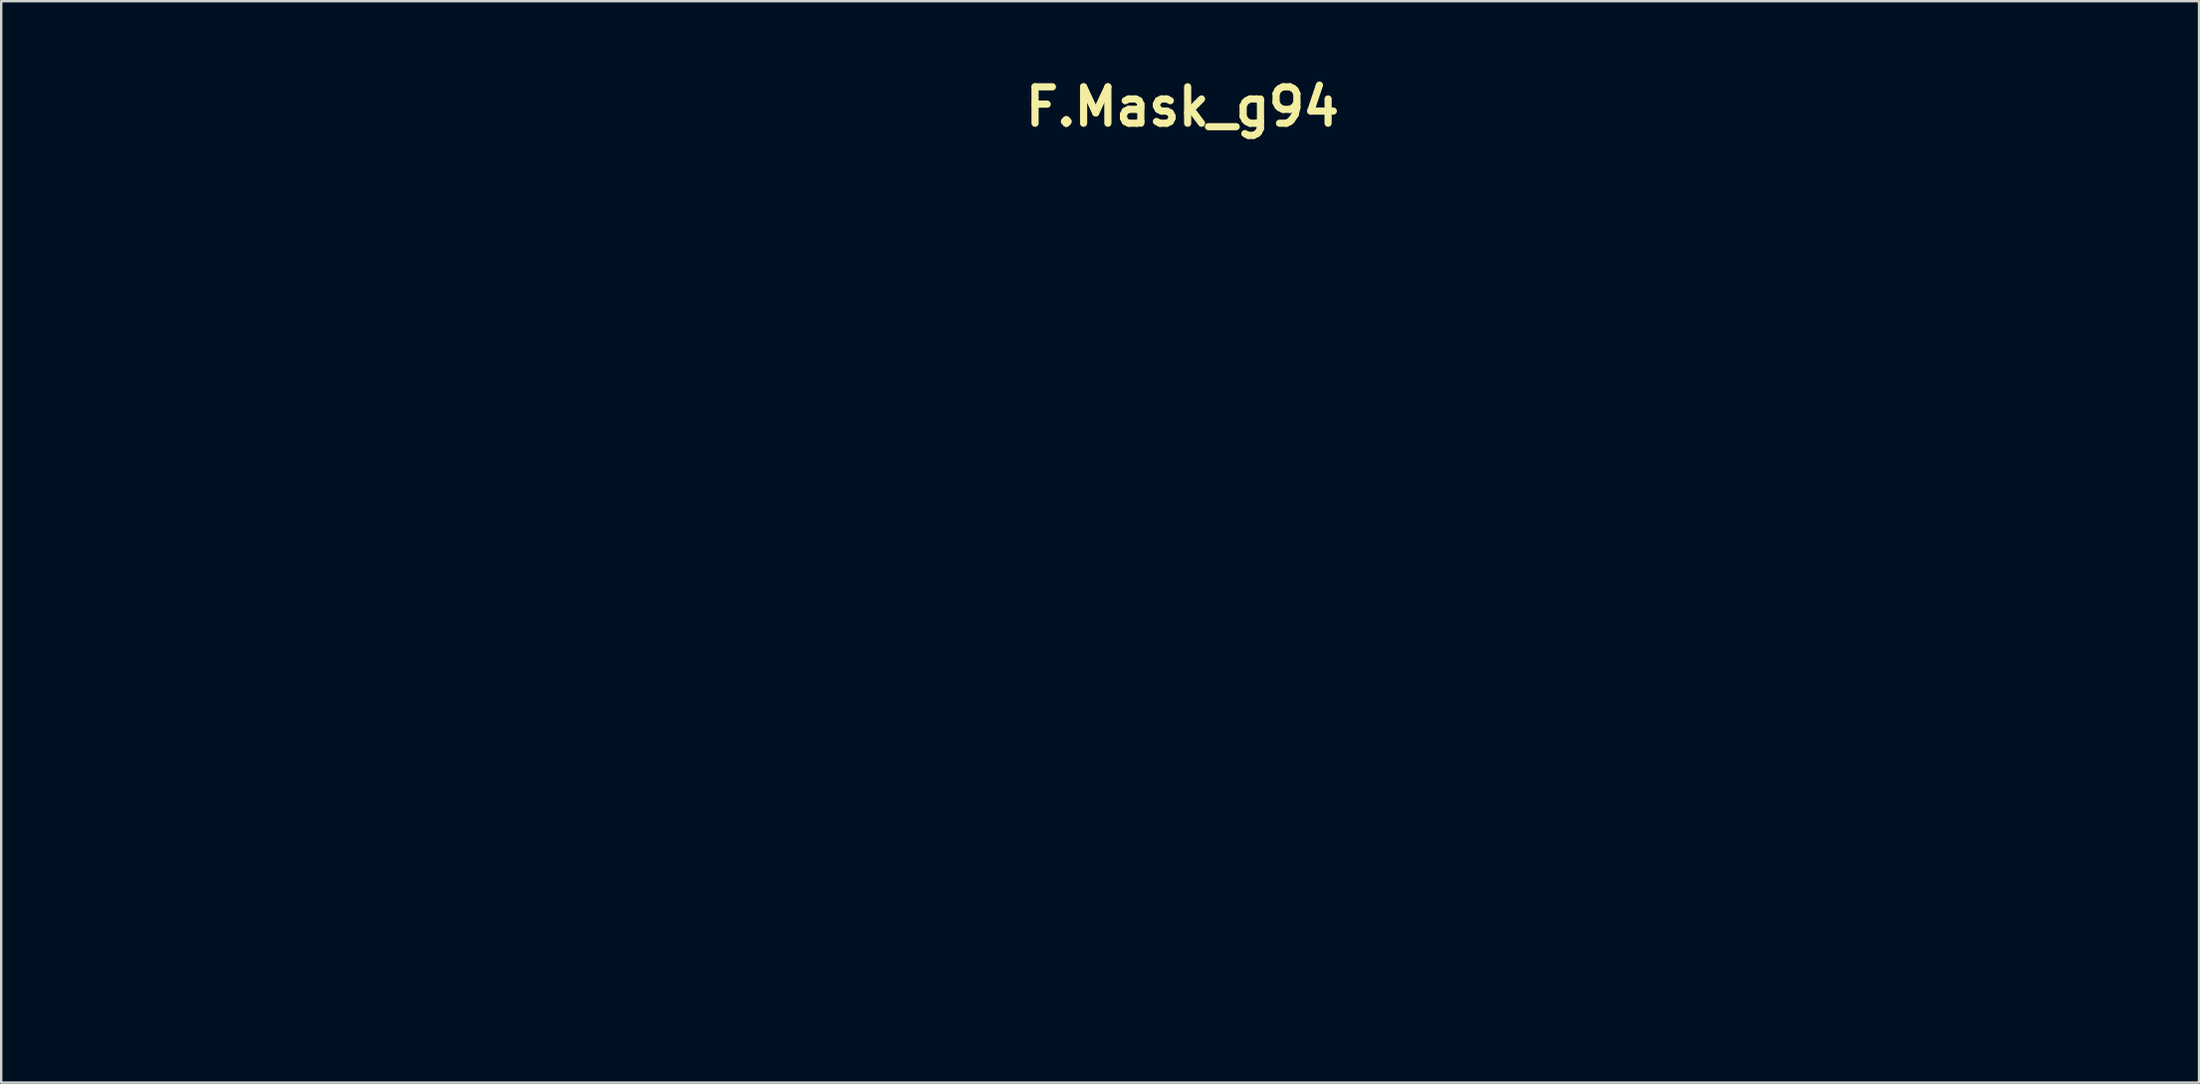
<source format=kicad_pcb>
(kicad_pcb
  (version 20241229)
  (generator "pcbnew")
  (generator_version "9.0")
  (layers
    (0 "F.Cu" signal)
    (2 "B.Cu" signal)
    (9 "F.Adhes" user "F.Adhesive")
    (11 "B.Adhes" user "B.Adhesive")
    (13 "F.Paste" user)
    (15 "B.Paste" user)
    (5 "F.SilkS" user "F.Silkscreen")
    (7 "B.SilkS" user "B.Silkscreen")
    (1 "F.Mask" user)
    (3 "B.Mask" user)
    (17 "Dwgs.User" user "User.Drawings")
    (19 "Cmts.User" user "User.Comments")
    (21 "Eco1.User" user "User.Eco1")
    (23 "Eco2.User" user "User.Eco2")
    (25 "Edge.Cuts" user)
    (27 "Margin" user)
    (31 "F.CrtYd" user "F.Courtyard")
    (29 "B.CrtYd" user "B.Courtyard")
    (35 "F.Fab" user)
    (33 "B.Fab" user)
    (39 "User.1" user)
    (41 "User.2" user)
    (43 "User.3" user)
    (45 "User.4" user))
  (footprint "F.Mask_g94"
    (layer "F.Cu")
    (at 46.438 1.418)
    (property "Reference" "F.Mask_g94" (at 0 0 0) (layer "F.SilkS") (effects (font (size 1.524 1.524) (thickness 0.3))))
    (attr through_hole)
    (fp_poly (pts (xy -44.12 2.551) (xy -44.087 2.592) (xy -44.085 2.597) (xy -44.079 2.631) (xy -44.074 2.704) (xy -44.069 2.81) (xy -44.065 2.945) (xy -44.062 3.105) (xy -44.06 3.285) (xy -44.058 3.48) (xy -44.057 3.688) (xy -44.056 3.901) (xy -44.057 4.118) (xy -44.058 4.332) (xy -44.059 4.541) (xy -44.062 4.738) (xy -44.065 4.92) (xy -44.068 5.083) (xy -44.073 5.221) (xy -44.078 5.331) (xy -44.084 5.408) (xy -44.086 5.429) (xy -44.106 5.559) (xy -44.124 5.649) (xy -44.14 5.701) (xy -44.156 5.717) (xy -44.173 5.698) (xy -44.193 5.647) (xy -44.206 5.604) (xy -44.225 5.519) (xy -44.246 5.393) (xy -44.268 5.23) (xy -44.291 5.03) (xy -44.315 4.796) (xy -44.327 4.667) (xy -44.334 4.564) (xy -44.341 4.427) (xy -44.346 4.263) (xy -44.351 4.082) (xy -44.353 3.891) (xy -44.355 3.698) (xy -44.355 3.694) (xy -44.354 3.498) (xy -44.353 3.339) (xy -44.351 3.212) (xy -44.348 3.111) (xy -44.343 3.03) (xy -44.337 2.964) (xy -44.328 2.908) (xy -44.317 2.856) (xy -44.317 2.854) (xy -44.283 2.736) (xy -44.243 2.644) (xy -44.201 2.581) (xy -44.159 2.548) (xy -44.12 2.551)) (stroke (width 0.01) (type solid)) (fill yes) (layer "F.Mask"))
    (fp_poly (pts (xy -18.578 8.91) (xy -18.194 8.965) (xy -17.826 9.058) (xy -17.475 9.188) (xy -17.142 9.352) (xy -16.83 9.55) (xy -16.541 9.778) (xy -16.276 10.035) (xy -16.038 10.32) (xy -15.827 10.631) (xy -15.647 10.965) (xy -15.498 11.321) (xy -15.383 11.697) (xy -15.303 12.092) (xy -15.291 12.177) (xy -15.276 12.33) (xy -15.268 12.508) (xy -15.266 12.701) (xy -15.269 12.897) (xy -15.279 13.084) (xy -15.294 13.252) (xy -15.312 13.377) (xy -15.382 13.699) (xy -15.47 13.996) (xy -15.579 14.284) (xy -15.664 14.472) (xy -15.857 14.831) (xy -16.08 15.164) (xy -16.332 15.469) (xy -16.611 15.745) (xy -16.914 15.989) (xy -17.238 16.199) (xy -17.583 16.375) (xy -17.945 16.515) (xy -18.322 16.617) (xy -18.498 16.65) (xy -18.597 16.663) (xy -18.721 16.674) (xy -18.859 16.683) (xy -19.001 16.689) (xy -19.133 16.692) (xy -19.244 16.692) (xy -19.315 16.688) (xy -19.711 16.629) (xy -20.09 16.532) (xy -20.45 16.398) (xy -20.791 16.227) (xy -21.111 16.019) (xy -21.408 15.775) (xy -21.515 15.674) (xy -21.783 15.379) (xy -22.017 15.059) (xy -22.217 14.716) (xy -22.381 14.351) (xy -22.509 13.966) (xy -22.597 13.578) (xy -22.616 13.442) (xy -22.63 13.276) (xy -22.64 13.092) (xy -22.644 12.904) (xy -22.644 12.722) (xy -22.637 12.56) (xy -22.629 12.467) (xy -22.562 12.054) (xy -22.457 11.656) (xy -22.316 11.273) (xy -22.14 10.909) (xy -21.93 10.567) (xy -21.688 10.249) (xy -21.415 9.958) (xy -21.22 9.783) (xy -20.909 9.548) (xy -20.58 9.347) (xy -20.236 9.182) (xy -19.882 9.053) (xy -19.52 8.962) (xy -19.154 8.91) (xy -18.788 8.898) (xy -18.578 8.91)) (stroke (width 0.01) (type solid)) (fill yes) (layer "F.Mask"))
    (fp_poly (pts (xy -32.581 -0.314) (xy -32.271 -0.268) (xy -31.969 -0.184) (xy -31.678 -0.062) (xy -31.398 0.097) (xy -31.132 0.294) (xy -30.881 0.527) (xy -30.647 0.798) (xy -30.431 1.105) (xy -30.234 1.449) (xy -30.191 1.535) (xy -30.042 1.877) (xy -29.92 2.242) (xy -29.823 2.634) (xy -29.75 3.058) (xy -29.747 3.08) (xy -29.731 3.227) (xy -29.72 3.408) (xy -29.712 3.613) (xy -29.708 3.833) (xy -29.708 4.061) (xy -29.712 4.286) (xy -29.72 4.5) (xy -29.732 4.695) (xy -29.747 4.858) (xy -29.827 5.431) (xy -29.931 5.989) (xy -30.063 6.544) (xy -30.224 7.105) (xy -30.346 7.479) (xy -30.53 7.982) (xy -30.733 8.462) (xy -30.952 8.917) (xy -31.185 9.346) (xy -31.433 9.747) (xy -31.694 10.117) (xy -31.966 10.456) (xy -32.247 10.762) (xy -32.537 11.032) (xy -32.835 11.266) (xy -33.138 11.461) (xy -33.443 11.614) (xy -33.595 11.671) (xy -33.777 11.726) (xy -33.978 11.776) (xy -34.184 11.818) (xy -34.33 11.842) (xy -34.456 11.857) (xy -34.596 11.869) (xy -34.74 11.879) (xy -34.877 11.886) (xy -34.997 11.888) (xy -35.089 11.886) (xy -35.115 11.883) (xy -35.202 11.873) (xy -35.312 11.858) (xy -35.437 11.841) (xy -35.57 11.822) (xy -35.703 11.803) (xy -35.827 11.785) (xy -35.933 11.768) (xy -36.015 11.755) (xy -36.063 11.746) (xy -36.065 11.746) (xy -36.14 11.722) (xy -36.221 11.68) (xy -36.309 11.619) (xy -36.409 11.535) (xy -36.524 11.425) (xy -36.657 11.287) (xy -36.811 11.117) (xy -36.815 11.113) (xy -37.009 10.891) (xy -37.176 10.688) (xy -37.321 10.498) (xy -37.449 10.312) (xy -37.565 10.123) (xy -37.675 9.924) (xy -37.762 9.753) (xy -37.838 9.592) (xy -37.894 9.453) (xy -37.936 9.324) (xy -37.965 9.192) (xy -37.986 9.043) (xy -37.998 8.922) (xy -38.005 8.815) (xy -38.009 8.673) (xy -38.011 8.501) (xy -38.011 8.308) (xy -38.01 8.099) (xy -38.007 7.882) (xy -38.002 7.663) (xy -37.995 7.449) (xy -37.987 7.247) (xy -37.978 7.064) (xy -37.968 6.905) (xy -37.962 6.837) (xy -37.886 6.173) (xy -37.777 5.531) (xy -37.637 4.913) (xy -37.465 4.318) (xy -37.264 3.748) (xy -37.031 3.204) (xy -36.769 2.687) (xy -36.478 2.198) (xy -36.157 1.739) (xy -35.809 1.309) (xy -35.514 0.993) (xy -35.194 0.692) (xy -34.869 0.431) (xy -34.541 0.209) (xy -34.21 0.025) (xy -33.879 -0.119) (xy -33.549 -0.225) (xy -33.222 -0.293) (xy -32.899 -0.323) (xy -32.581 -0.314)) (stroke (width 0.01) (type solid)) (fill yes) (layer "F.Mask"))
    (fp_poly (pts (xy -14.249 2.44) (xy -14.237 2.452) (xy -14.238 2.489) (xy -14.267 2.55) (xy -14.323 2.633) (xy -14.402 2.734) (xy -14.501 2.847) (xy -14.651 3.018) (xy -14.772 3.175) (xy -14.87 3.33) (xy -14.953 3.493) (xy -15.025 3.675) (xy -15.061 3.779) (xy -15.128 4.02) (xy -15.172 4.261) (xy -15.192 4.492) (xy -15.188 4.705) (xy -15.166 4.856) (xy -15.111 5.026) (xy -15.018 5.199) (xy -14.893 5.369) (xy -14.739 5.533) (xy -14.561 5.684) (xy -14.364 5.817) (xy -14.328 5.838) (xy -14.056 5.975) (xy -13.786 6.075) (xy -13.519 6.139) (xy -13.259 6.165) (xy -13.008 6.154) (xy -12.77 6.106) (xy -12.547 6.02) (xy -12.535 6.013) (xy -12.321 5.882) (xy -12.131 5.718) (xy -11.967 5.525) (xy -11.834 5.306) (xy -11.752 5.117) (xy -11.703 4.966) (xy -11.67 4.826) (xy -11.651 4.682) (xy -11.644 4.522) (xy -11.647 4.348) (xy -11.658 4.174) (xy -11.679 4.018) (xy -11.713 3.87) (xy -11.762 3.718) (xy -11.831 3.549) (xy -11.888 3.426) (xy -11.933 3.325) (xy -11.972 3.231) (xy -12.001 3.154) (xy -12.016 3.104) (xy -12.016 3.103) (xy -12.021 3.052) (xy -12.011 3.031) (xy -11.978 3.027) (xy -11.976 3.027) (xy -11.924 3.041) (xy -11.848 3.079) (xy -11.754 3.138) (xy -11.648 3.214) (xy -11.544 3.296) (xy -11.373 3.466) (xy -11.228 3.665) (xy -11.112 3.89) (xy -11.028 4.133) (xy -11.027 4.138) (xy -10.995 4.305) (xy -10.975 4.504) (xy -10.968 4.725) (xy -10.972 4.962) (xy -10.987 5.204) (xy -11.013 5.445) (xy -11.049 5.674) (xy -11.094 5.884) (xy -11.141 6.045) (xy -11.249 6.309) (xy -11.384 6.543) (xy -11.546 6.748) (xy -11.738 6.925) (xy -11.961 7.076) (xy -12.215 7.202) (xy -12.503 7.303) (xy -12.761 7.367) (xy -12.907 7.392) (xy -13.068 7.41) (xy -13.232 7.42) (xy -13.388 7.421) (xy -13.525 7.414) (xy -13.626 7.399) (xy -13.763 7.363) (xy -13.925 7.312) (xy -14.104 7.251) (xy -14.288 7.183) (xy -14.471 7.111) (xy -14.643 7.038) (xy -14.794 6.968) (xy -14.917 6.906) (xy -14.947 6.888) (xy -15.051 6.817) (xy -15.172 6.72) (xy -15.301 6.605) (xy -15.431 6.479) (xy -15.553 6.351) (xy -15.658 6.229) (xy -15.74 6.121) (xy -15.742 6.117) (xy -15.897 5.858) (xy -16.016 5.598) (xy -16.1 5.33) (xy -16.153 5.047) (xy -16.175 4.74) (xy -16.177 4.646) (xy -16.162 4.383) (xy -16.118 4.137) (xy -16.042 3.905) (xy -15.933 3.685) (xy -15.789 3.474) (xy -15.608 3.269) (xy -15.389 3.067) (xy -15.13 2.867) (xy -15.032 2.798) (xy -14.879 2.698) (xy -14.733 2.611) (xy -14.597 2.539) (xy -14.477 2.484) (xy -14.376 2.448) (xy -14.299 2.433) (xy -14.249 2.44)) (stroke (width 0.01) (type solid)) (fill yes) (layer "F.Mask"))
    (fp_poly (pts (xy 37.732 22.999) (xy 37.838 23) (xy 37.918 23.004) (xy 37.981 23.011) (xy 38.035 23.021) (xy 38.089 23.036) (xy 38.15 23.057) (xy 38.153 23.058) (xy 38.318 23.122) (xy 38.469 23.194) (xy 38.614 23.279) (xy 38.759 23.383) (xy 38.913 23.511) (xy 39.084 23.667) (xy 39.103 23.685) (xy 39.263 23.852) (xy 39.388 24.013) (xy 39.476 24.165) (xy 39.527 24.308) (xy 39.539 24.412) (xy 39.532 24.494) (xy 39.508 24.547) (xy 39.466 24.569) (xy 39.403 24.561) (xy 39.316 24.523) (xy 39.204 24.455) (xy 39.119 24.395) (xy 38.995 24.31) (xy 38.891 24.248) (xy 38.796 24.206) (xy 38.7 24.18) (xy 38.592 24.164) (xy 38.519 24.158) (xy 38.291 24.161) (xy 38.08 24.203) (xy 37.885 24.284) (xy 37.706 24.404) (xy 37.615 24.486) (xy 37.502 24.611) (xy 37.404 24.75) (xy 37.319 24.908) (xy 37.244 25.089) (xy 37.178 25.3) (xy 37.118 25.545) (xy 37.087 25.699) (xy 37.042 25.939) (xy 37.007 26.15) (xy 36.982 26.342) (xy 36.964 26.529) (xy 36.953 26.721) (xy 36.948 26.929) (xy 36.947 27.093) (xy 36.946 27.591) (xy 37.038 27.929) (xy 37.111 28.191) (xy 37.179 28.415) (xy 37.243 28.603) (xy 37.303 28.76) (xy 37.362 28.888) (xy 37.421 28.992) (xy 37.482 29.073) (xy 37.508 29.103) (xy 37.562 29.151) (xy 37.623 29.188) (xy 37.704 29.221) (xy 37.771 29.243) (xy 37.921 29.28) (xy 38.063 29.293) (xy 38.198 29.28) (xy 38.33 29.239) (xy 38.462 29.169) (xy 38.597 29.067) (xy 38.738 28.933) (xy 38.887 28.764) (xy 39.047 28.558) (xy 39.146 28.422) (xy 39.222 28.316) (xy 39.289 28.223) (xy 39.344 28.148) (xy 39.383 28.097) (xy 39.402 28.073) (xy 39.403 28.073) (xy 39.402 28.094) (xy 39.396 28.149) (xy 39.385 28.23) (xy 39.37 28.329) (xy 39.368 28.342) (xy 39.314 28.629) (xy 39.239 28.886) (xy 39.14 29.123) (xy 39.012 29.351) (xy 38.851 29.578) (xy 38.803 29.639) (xy 38.672 29.783) (xy 38.523 29.914) (xy 38.363 30.028) (xy 38.198 30.124) (xy 38.033 30.197) (xy 37.875 30.245) (xy 37.729 30.265) (xy 37.603 30.253) (xy 37.52 30.229) (xy 37.414 30.193) (xy 37.297 30.151) (xy 37.182 30.106) (xy 37.084 30.064) (xy 37.02 30.033) (xy 36.846 29.919) (xy 36.678 29.767) (xy 36.519 29.579) (xy 36.37 29.361) (xy 36.236 29.115) (xy 36.118 28.846) (xy 36.101 28.8) (xy 36.006 28.509) (xy 35.924 28.186) (xy 35.856 27.837) (xy 35.802 27.471) (xy 35.763 27.095) (xy 35.74 26.718) (xy 35.733 26.347) (xy 35.743 25.99) (xy 35.771 25.654) (xy 35.805 25.415) (xy 35.844 25.213) (xy 35.889 25.021) (xy 35.945 24.833) (xy 36.012 24.64) (xy 36.095 24.436) (xy 36.196 24.212) (xy 36.317 23.96) (xy 36.322 23.95) (xy 36.43 23.734) (xy 36.526 23.552) (xy 36.612 23.404) (xy 36.695 23.284) (xy 36.777 23.191) (xy 36.863 23.12) (xy 36.957 23.069) (xy 37.064 23.035) (xy 37.187 23.014) (xy 37.331 23.003) (xy 37.5 22.999) (xy 37.592 22.999) (xy 37.732 22.999)) (stroke (width 0.01) (type solid)) (fill yes) (layer "F.Mask"))
    (fp_poly (pts (xy 7.439 25.043) (xy 7.682 25.085) (xy 7.923 25.151) (xy 8.171 25.245) (xy 8.414 25.357) (xy 8.715 25.516) (xy 9.004 25.691) (xy 9.277 25.878) (xy 9.527 26.072) (xy 9.752 26.271) (xy 9.946 26.47) (xy 10.104 26.666) (xy 10.14 26.717) (xy 10.212 26.833) (xy 10.253 26.92) (xy 10.265 26.977) (xy 10.248 27.006) (xy 10.202 27.005) (xy 10.128 26.976) (xy 10.026 26.917) (xy 9.897 26.829) (xy 9.741 26.713) (xy 9.726 26.702) (xy 9.48 26.524) (xy 9.231 26.371) (xy 8.986 26.245) (xy 8.751 26.151) (xy 8.636 26.116) (xy 8.477 26.085) (xy 8.291 26.067) (xy 8.094 26.064) (xy 7.9 26.073) (xy 7.721 26.097) (xy 7.631 26.117) (xy 7.409 26.184) (xy 7.172 26.27) (xy 6.928 26.372) (xy 6.685 26.487) (xy 6.449 26.609) (xy 6.229 26.736) (xy 6.032 26.864) (xy 5.865 26.988) (xy 5.803 27.041) (xy 5.704 27.143) (xy 5.591 27.279) (xy 5.467 27.446) (xy 5.334 27.639) (xy 5.196 27.853) (xy 5.055 28.084) (xy 4.913 28.327) (xy 4.772 28.579) (xy 4.636 28.834) (xy 4.507 29.089) (xy 4.386 29.338) (xy 4.278 29.577) (xy 4.184 29.802) (xy 4.107 30.008) (xy 4.076 30.101) (xy 3.985 30.428) (xy 3.91 30.787) (xy 3.85 31.17) (xy 3.808 31.57) (xy 3.784 31.977) (xy 3.779 32.386) (xy 3.788 32.703) (xy 3.824 33.194) (xy 3.88 33.65) (xy 3.957 34.072) (xy 4.054 34.461) (xy 4.173 34.819) (xy 4.314 35.147) (xy 4.477 35.448) (xy 4.561 35.579) (xy 4.725 35.807) (xy 4.905 36.026) (xy 5.094 36.231) (xy 5.288 36.417) (xy 5.481 36.577) (xy 5.667 36.708) (xy 5.814 36.791) (xy 5.886 36.825) (xy 5.946 36.846) (xy 6.007 36.857) (xy 6.085 36.861) (xy 6.159 36.862) (xy 6.271 36.865) (xy 6.353 36.875) (xy 6.417 36.896) (xy 6.475 36.933) (xy 6.54 36.99) (xy 6.547 36.996) (xy 6.594 37.039) (xy 6.634 37.061) (xy 6.683 37.069) (xy 6.757 37.069) (xy 6.758 37.069) (xy 6.825 37.062) (xy 6.922 37.047) (xy 7.038 37.024) (xy 7.163 36.996) (xy 7.228 36.981) (xy 7.433 36.931) (xy 7.604 36.893) (xy 7.747 36.864) (xy 7.867 36.845) (xy 7.972 36.833) (xy 8.067 36.828) (xy 8.084 36.828) (xy 8.199 36.83) (xy 8.274 36.841) (xy 8.312 36.861) (xy 8.313 36.893) (xy 8.282 36.939) (xy 8.25 36.972) (xy 8.157 37.047) (xy 8.029 37.129) (xy 7.872 37.218) (xy 7.693 37.309) (xy 7.496 37.4) (xy 7.289 37.488) (xy 7.077 37.572) (xy 6.867 37.648) (xy 6.664 37.713) (xy 6.475 37.765) (xy 6.385 37.786) (xy 6.284 37.802) (xy 6.152 37.816) (xy 5.997 37.827) (xy 5.831 37.834) (xy 5.663 37.839) (xy 5.504 37.839) (xy 5.363 37.835) (xy 5.25 37.827) (xy 5.228 37.824) (xy 5.014 37.779) (xy 4.785 37.704) (xy 4.551 37.602) (xy 4.323 37.479) (xy 4.198 37.399) (xy 4.014 37.264) (xy 3.816 37.1) (xy 3.611 36.914) (xy 3.407 36.713) (xy 3.211 36.505) (xy 3.029 36.296) (xy 2.87 36.095) (xy 2.77 35.954) (xy 2.685 35.822) (xy 2.609 35.689) (xy 2.541 35.552) (xy 2.48 35.408) (xy 2.426 35.253) (xy 2.377 35.084) (xy 2.333 34.899) (xy 2.294 34.693) (xy 2.257 34.463) (xy 2.224 34.206) (xy 2.193 33.919) (xy 2.163 33.598) (xy 2.133 33.241) (xy 2.113 32.978) (xy 2.105 32.835) (xy 2.098 32.663) (xy 2.093 32.468) (xy 2.09 32.258) (xy 2.088 32.04) (xy 2.087 31.819) (xy 2.089 31.605) (xy 2.092 31.402) (xy 2.096 31.22) (xy 2.102 31.063) (xy 2.11 30.94) (xy 2.113 30.914) (xy 2.169 30.444) (xy 2.243 30.006) (xy 2.336 29.591) (xy 2.452 29.191) (xy 2.592 28.8) (xy 2.759 28.408) (xy 2.834 28.247) (xy 3.027 27.866) (xy 3.221 27.521) (xy 3.421 27.206) (xy 3.629 26.916) (xy 3.852 26.645) (xy 4.092 26.386) (xy 4.147 26.331) (xy 4.466 26.039) (xy 4.802 25.78) (xy 5.151 25.555) (xy 5.51 25.367) (xy 5.875 25.219) (xy 5.927 25.201) (xy 6.17 25.128) (xy 6.399 25.076) (xy 6.631 25.044) (xy 6.884 25.026) (xy 6.9 25.026) (xy 7.182 25.024) (xy 7.439 25.043)) (stroke (width 0.01) (type solid)) (fill yes) (layer "F.Mask"))
    (fp_poly (pts (xy -17.593 7.251) (xy -17.407 7.26) (xy -17.243 7.272) (xy -17.113 7.288) (xy -16.778 7.352) (xy -16.476 7.431) (xy -16.197 7.528) (xy -15.934 7.646) (xy -15.678 7.789) (xy -15.42 7.96) (xy -15.325 8.03) (xy -15.074 8.228) (xy -14.819 8.45) (xy -14.565 8.688) (xy -14.318 8.938) (xy -14.083 9.194) (xy -13.864 9.451) (xy -13.668 9.702) (xy -13.498 9.942) (xy -13.383 10.128) (xy -13.262 10.362) (xy -13.146 10.629) (xy -13.038 10.922) (xy -12.941 11.231) (xy -12.859 11.548) (xy -12.793 11.864) (xy -12.77 12.002) (xy -12.754 12.136) (xy -12.742 12.303) (xy -12.734 12.494) (xy -12.73 12.699) (xy -12.73 12.908) (xy -12.734 13.113) (xy -12.742 13.304) (xy -12.754 13.472) (xy -12.77 13.607) (xy -12.77 13.61) (xy -12.842 13.996) (xy -12.938 14.385) (xy -13.054 14.764) (xy -13.186 15.12) (xy -13.239 15.245) (xy -13.31 15.399) (xy -13.384 15.54) (xy -13.464 15.675) (xy -13.554 15.809) (xy -13.659 15.948) (xy -13.784 16.098) (xy -13.931 16.264) (xy -14.093 16.44) (xy -14.433 16.79) (xy -14.761 17.102) (xy -15.077 17.376) (xy -15.384 17.613) (xy -15.682 17.815) (xy -15.974 17.983) (xy -16.26 18.117) (xy -16.31 18.137) (xy -16.487 18.203) (xy -16.669 18.261) (xy -16.861 18.313) (xy -17.069 18.36) (xy -17.296 18.402) (xy -17.548 18.441) (xy -17.83 18.477) (xy -18.147 18.511) (xy -18.35 18.531) (xy -18.509 18.545) (xy -18.638 18.554) (xy -18.749 18.558) (xy -18.852 18.557) (xy -18.957 18.549) (xy -19.077 18.535) (xy -19.221 18.515) (xy -19.315 18.5) (xy -19.498 18.471) (xy -19.648 18.444) (xy -19.775 18.418) (xy -19.887 18.389) (xy -19.995 18.356) (xy -20.108 18.316) (xy -20.161 18.296) (xy -20.383 18.199) (xy -20.63 18.069) (xy -20.903 17.907) (xy -21.201 17.713) (xy -21.523 17.487) (xy -21.791 17.289) (xy -21.991 17.134) (xy -22.159 16.993) (xy -22.301 16.863) (xy -22.42 16.736) (xy -22.523 16.607) (xy -22.614 16.471) (xy -22.699 16.323) (xy -22.733 16.256) (xy -22.773 16.179) (xy -22.813 16.112) (xy -22.842 16.068) (xy -22.877 16.005) (xy -22.915 15.901) (xy -22.957 15.758) (xy -23.002 15.578) (xy -23.048 15.363) (xy -23.097 15.113) (xy -23.135 14.901) (xy -23.173 14.674) (xy -23.208 14.449) (xy -23.239 14.231) (xy -23.266 14.022) (xy -23.289 13.829) (xy -23.307 13.656) (xy -23.319 13.506) (xy -23.326 13.384) (xy -23.326 13.294) (xy -23.319 13.242) (xy -23.318 13.24) (xy -23.297 13.217) (xy -23.265 13.235) (xy -23.225 13.29) (xy -23.177 13.381) (xy -23.121 13.508) (xy -23.06 13.667) (xy -23.019 13.78) (xy -22.853 14.203) (xy -22.659 14.597) (xy -22.439 14.96) (xy -22.195 15.291) (xy -21.925 15.59) (xy -21.632 15.854) (xy -21.316 16.084) (xy -21.299 16.094) (xy -20.947 16.298) (xy -20.58 16.472) (xy -20.201 16.616) (xy -19.816 16.727) (xy -19.428 16.807) (xy -19.042 16.853) (xy -18.662 16.865) (xy -18.293 16.843) (xy -17.938 16.785) (xy -17.765 16.742) (xy -17.45 16.632) (xy -17.147 16.483) (xy -16.858 16.298) (xy -16.585 16.078) (xy -16.329 15.827) (xy -16.093 15.547) (xy -15.877 15.24) (xy -15.684 14.907) (xy -15.515 14.553) (xy -15.372 14.178) (xy -15.257 13.785) (xy -15.171 13.377) (xy -15.144 13.197) (xy -15.126 13.021) (xy -15.114 12.818) (xy -15.109 12.602) (xy -15.111 12.385) (xy -15.12 12.179) (xy -15.135 11.998) (xy -15.142 11.938) (xy -15.193 11.638) (xy -15.257 11.364) (xy -15.34 11.101) (xy -15.445 10.836) (xy -15.547 10.615) (xy -15.678 10.362) (xy -15.809 10.143) (xy -15.946 9.948) (xy -16.095 9.768) (xy -16.161 9.697) (xy -16.38 9.488) (xy -16.612 9.311) (xy -16.862 9.16) (xy -17.136 9.035) (xy -17.44 8.932) (xy -17.719 8.861) (xy -18.014 8.806) (xy -18.305 8.776) (xy -18.603 8.77) (xy -18.918 8.788) (xy -19.239 8.826) (xy -19.518 8.875) (xy -19.808 8.941) (xy -20.1 9.02) (xy -20.386 9.111) (xy -20.657 9.21) (xy -20.906 9.315) (xy -21.124 9.423) (xy -21.195 9.464) (xy -21.307 9.541) (xy -21.438 9.652) (xy -21.586 9.794) (xy -21.748 9.966) (xy -21.923 10.164) (xy -22.023 10.282) (xy -22.102 10.377) (xy -22.173 10.46) (xy -22.231 10.525) (xy -22.271 10.568) (xy -22.289 10.583) (xy -22.306 10.564) (xy -22.314 10.513) (xy -22.314 10.44) (xy -22.305 10.354) (xy -22.297 10.311) (xy -22.259 10.183) (xy -22.194 10.029) (xy -22.107 9.856) (xy -22 9.666) (xy -21.876 9.465) (xy -21.738 9.259) (xy -21.591 9.052) (xy -21.437 8.848) (xy -21.279 8.653) (xy -21.121 8.472) (xy -20.966 8.308) (xy -20.944 8.287) (xy -20.729 8.075) (xy -20.212 7.818) (xy -19.976 7.702) (xy -19.769 7.606) (xy -19.582 7.527) (xy -19.407 7.462) (xy -19.237 7.409) (xy -19.064 7.363) (xy -18.88 7.324) (xy -18.68 7.288) (xy -18.549 7.272) (xy -18.386 7.26) (xy -18.2 7.252) (xy -17.999 7.247) (xy -17.794 7.247) (xy -17.593 7.251)) (stroke (width 0.01) (type solid)) (fill yes) (layer "F.Mask"))
    (fp_poly (pts (xy -42.776 5.885) (xy -42.727 5.934) (xy -42.683 6.023) (xy -42.643 6.153) (xy -42.609 6.321) (xy -42.581 6.528) (xy -42.564 6.689) (xy -42.555 6.836) (xy -42.55 7.003) (xy -42.55 7.181) (xy -42.553 7.359) (xy -42.56 7.529) (xy -42.571 7.681) (xy -42.586 7.806) (xy -42.595 7.863) (xy -42.636 8.027) (xy -42.689 8.188) (xy -42.759 8.351) (xy -42.847 8.52) (xy -42.956 8.7) (xy -43.089 8.895) (xy -43.247 9.109) (xy -43.432 9.345) (xy -43.602 9.568) (xy -43.748 9.783) (xy -43.865 9.983) (xy -43.891 10.033) (xy -43.943 10.15) (xy -43.969 10.251) (xy -43.969 10.349) (xy -43.942 10.454) (xy -43.889 10.578) (xy -43.879 10.597) (xy -43.832 10.685) (xy -43.782 10.763) (xy -43.721 10.84) (xy -43.64 10.928) (xy -43.585 10.985) (xy -43.486 11.08) (xy -43.376 11.176) (xy -43.268 11.263) (xy -43.191 11.319) (xy -43.021 11.445) (xy -42.876 11.578) (xy -42.749 11.729) (xy -42.634 11.903) (xy -42.525 12.111) (xy -42.504 12.153) (xy -42.362 12.501) (xy -42.249 12.876) (xy -42.164 13.272) (xy -42.109 13.686) (xy -42.083 14.113) (xy -42.086 14.548) (xy -42.118 14.986) (xy -42.18 15.424) (xy -42.272 15.855) (xy -42.394 16.277) (xy -42.398 16.291) (xy -42.507 16.577) (xy -42.648 16.875) (xy -42.814 17.176) (xy -43.002 17.471) (xy -43.155 17.685) (xy -43.265 17.826) (xy -43.402 17.993) (xy -43.562 18.181) (xy -43.74 18.386) (xy -43.934 18.604) (xy -43.983 18.658) (xy -44.196 18.898) (xy -44.38 19.113) (xy -44.538 19.308) (xy -44.672 19.487) (xy -44.786 19.653) (xy -44.883 19.812) (xy -44.964 19.967) (xy -45.033 20.122) (xy -45.093 20.281) (xy -45.093 20.282) (xy -45.163 20.515) (xy -45.226 20.78) (xy -45.279 21.067) (xy -45.322 21.366) (xy -45.354 21.666) (xy -45.372 21.959) (xy -45.376 22.233) (xy -45.373 22.341) (xy -45.352 22.669) (xy -45.316 22.97) (xy -45.263 23.255) (xy -45.191 23.537) (xy -45.096 23.826) (xy -44.976 24.133) (xy -44.95 24.195) (xy -44.896 24.327) (xy -44.841 24.466) (xy -44.791 24.598) (xy -44.75 24.712) (xy -44.738 24.749) (xy -44.688 24.892) (xy -44.64 25.006) (xy -44.585 25.105) (xy -44.517 25.202) (xy -44.451 25.283) (xy -44.4 25.344) (xy -44.363 25.393) (xy -44.345 25.421) (xy -44.344 25.423) (xy -44.363 25.439) (xy -44.407 25.454) (xy -44.463 25.462) (xy -44.482 25.463) (xy -44.526 25.456) (xy -44.591 25.438) (xy -44.632 25.425) (xy -44.78 25.352) (xy -44.927 25.238) (xy -45.072 25.083) (xy -45.214 24.887) (xy -45.352 24.652) (xy -45.399 24.561) (xy -45.524 24.277) (xy -45.633 23.956) (xy -45.725 23.6) (xy -45.8 23.212) (xy -45.815 23.113) (xy -45.834 22.984) (xy -45.85 22.857) (xy -45.865 22.73) (xy -45.877 22.599) (xy -45.888 22.458) (xy -45.897 22.305) (xy -45.904 22.134) (xy -45.911 21.942) (xy -45.917 21.726) (xy -45.922 21.479) (xy -45.927 21.2) (xy -45.931 20.883) (xy -45.932 20.817) (xy -45.936 20.509) (xy -45.94 20.24) (xy -45.944 20.006) (xy -45.949 19.804) (xy -45.955 19.629) (xy -45.963 19.48) (xy -45.972 19.351) (xy -45.983 19.239) (xy -45.997 19.142) (xy -46.014 19.054) (xy -46.034 18.973) (xy -46.058 18.896) (xy -46.086 18.818) (xy -46.119 18.735) (xy -46.156 18.646) (xy -46.163 18.629) (xy -46.27 18.345) (xy -46.349 18.066) (xy -46.402 17.779) (xy -46.429 17.526) (xy -46.434 17.395) (xy -46.427 17.273) (xy -46.412 17.165) (xy -46.389 17.078) (xy -46.359 17.017) (xy -46.325 16.988) (xy -46.301 16.99) (xy -46.262 17.025) (xy -46.22 17.103) (xy -46.176 17.223) (xy -46.136 17.361) (xy -46.088 17.522) (xy -46.035 17.652) (xy -45.974 17.761) (xy -45.898 17.861) (xy -45.89 17.869) (xy -45.774 17.972) (xy -45.628 18.052) (xy -45.464 18.107) (xy -45.289 18.133) (xy -45.138 18.129) (xy -44.907 18.088) (xy -44.693 18.014) (xy -44.495 17.906) (xy -44.312 17.764) (xy -44.141 17.584) (xy -43.981 17.367) (xy -43.831 17.11) (xy -43.699 16.834) (xy -43.661 16.744) (xy -43.619 16.637) (xy -43.575 16.52) (xy -43.531 16.402) (xy -43.491 16.288) (xy -43.456 16.187) (xy -43.43 16.105) (xy -43.416 16.052) (xy -43.414 16.036) (xy -43.421 16.045) (xy -43.439 16.087) (xy -43.466 16.155) (xy -43.495 16.235) (xy -43.635 16.588) (xy -43.786 16.905) (xy -43.948 17.187) (xy -44.12 17.431) (xy -44.302 17.637) (xy -44.493 17.804) (xy -44.691 17.93) (xy -44.737 17.952) (xy -44.923 18.02) (xy -45.106 18.046) (xy -45.282 18.03) (xy -45.452 17.973) (xy -45.614 17.874) (xy -45.739 17.764) (xy -45.879 17.595) (xy -45.999 17.391) (xy -46.099 17.152) (xy -46.181 16.877) (xy -46.232 16.637) (xy -46.255 16.479) (xy -46.27 16.288) (xy -46.279 16.076) (xy -46.28 15.854) (xy -46.276 15.631) (xy -46.264 15.417) (xy -46.246 15.223) (xy -46.233 15.134) (xy -46.157 14.712) (xy -46.062 14.324) (xy -45.948 13.961) (xy -45.811 13.618) (xy -45.743 13.471) (xy -45.63 13.248) (xy -45.519 13.058) (xy -45.405 12.89) (xy -45.281 12.735) (xy -45.14 12.584) (xy -45.138 12.582) (xy -45.044 12.488) (xy -44.967 12.419) (xy -44.897 12.366) (xy -44.825 12.321) (xy -44.74 12.276) (xy -44.737 12.275) (xy -44.65 12.232) (xy -44.584 12.205) (xy -44.527 12.19) (xy -44.462 12.183) (xy -44.375 12.181) (xy -44.335 12.181) (xy -44.234 12.182) (xy -44.161 12.187) (xy -44.103 12.199) (xy -44.046 12.22) (xy -43.98 12.251) (xy -43.834 12.344) (xy -43.696 12.473) (xy -43.568 12.632) (xy -43.456 12.817) (xy -43.364 13.019) (xy -43.338 13.092) (xy -43.257 13.391) (xy -43.201 13.718) (xy -43.171 14.067) (xy -43.167 14.433) (xy -43.188 14.809) (xy -43.235 15.191) (xy -43.308 15.572) (xy -43.35 15.746) (xy -43.375 15.841) (xy -43.394 15.921) (xy -43.407 15.977) (xy -43.411 16) (xy -43.405 15.998) (xy -43.391 15.961) (xy -43.37 15.895) (xy -43.344 15.804) (xy -43.315 15.696) (xy -43.284 15.575) (xy -43.253 15.448) (xy -43.223 15.321) (xy -43.196 15.199) (xy -43.182 15.134) (xy -43.144 14.94) (xy -43.115 14.772) (xy -43.094 14.618) (xy -43.079 14.466) (xy -43.07 14.306) (xy -43.066 14.125) (xy -43.065 13.938) (xy -43.065 13.771) (xy -43.067 13.638) (xy -43.07 13.532) (xy -43.075 13.446) (xy -43.083 13.372) (xy -43.094 13.301) (xy -43.109 13.227) (xy -43.112 13.212) (xy -43.185 12.944) (xy -43.278 12.712) (xy -43.39 12.515) (xy -43.521 12.355) (xy -43.67 12.231) (xy -43.836 12.145) (xy -44.018 12.096) (xy -44.216 12.086) (xy -44.429 12.116) (xy -44.473 12.127) (xy -44.677 12.192) (xy -44.876 12.283) (xy -45.076 12.402) (xy -45.281 12.554) (xy -45.498 12.741) (xy -45.508 12.75) (xy -45.647 12.875) (xy -45.762 12.966) (xy -45.852 13.026) (xy -45.919 13.054) (xy -45.965 13.051) (xy -45.989 13.018) (xy -45.995 12.971) (xy -45.983 12.899) (xy -45.95 12.798) (xy -45.898 12.675) (xy -45.831 12.535) (xy -45.75 12.384) (xy -45.705 12.305) (xy -45.605 12.134) (xy -45.523 11.989) (xy -45.454 11.861) (xy -45.392 11.74) (xy -45.333 11.617) (xy -45.271 11.481) (xy -45.258 11.451) (xy -45.204 11.327) (xy -45.156 11.212) (xy -45.113 11.101) (xy -45.071 10.986) (xy -45.028 10.86) (xy -44.982 10.718) (xy -44.931 10.551) (xy -44.873 10.354) (xy -44.842 10.248) (xy -44.792 10.075) (xy -44.753 9.938) (xy -44.726 9.833) (xy -44.708 9.755) (xy -44.699 9.701) (xy -44.698 9.665) (xy -44.701 9.648) (xy -44.743 9.585) (xy -44.823 9.514) (xy -44.938 9.436) (xy -44.979 9.412) (xy -45.065 9.349) (xy -45.133 9.269) (xy -45.182 9.169) (xy -45.213 9.045) (xy -45.227 8.896) (xy -45.223 8.718) (xy -45.203 8.509) (xy -45.165 8.265) (xy -45.126 8.054) (xy -45.068 7.776) (xy -45.011 7.522) (xy -44.956 7.293) (xy -44.902 7.092) (xy -44.851 6.921) (xy -44.804 6.783) (xy -44.76 6.679) (xy -44.721 6.612) (xy -44.688 6.584) (xy -44.683 6.583) (xy -44.661 6.6) (xy -44.633 6.643) (xy -44.625 6.658) (xy -44.612 6.695) (xy -44.604 6.741) (xy -44.603 6.802) (xy -44.609 6.883) (xy -44.623 6.988) (xy -44.644 7.123) (xy -44.673 7.293) (xy -44.682 7.342) (xy -44.705 7.505) (xy -44.719 7.683) (xy -44.725 7.864) (xy -44.721 8.037) (xy -44.709 8.189) (xy -44.695 8.28) (xy -44.652 8.427) (xy -44.593 8.566) (xy -44.519 8.691) (xy -44.436 8.798) (xy -44.348 8.882) (xy -44.259 8.938) (xy -44.172 8.961) (xy -44.117 8.955) (xy -43.975 8.897) (xy -43.829 8.808) (xy -43.687 8.694) (xy -43.559 8.564) (xy -43.454 8.425) (xy -43.437 8.398) (xy -43.338 8.212) (xy -43.251 8.011) (xy -43.176 7.79) (xy -43.112 7.546) (xy -43.057 7.272) (xy -43.01 6.965) (xy -42.979 6.699) (xy -42.959 6.532) (xy -42.936 6.369) (xy -42.911 6.218) (xy -42.887 6.087) (xy -42.863 5.983) (xy -42.843 5.921) (xy -42.823 5.881) (xy -42.799 5.875) (xy -42.776 5.885)) (stroke (width 0.01) (type solid)) (fill yes) (layer "F.Mask")))
  (gr_rect
    (start -3 -3)
    (end 88.983 42.262)
    (stroke (width 0.1) (type default))
    (fill no)
    (layer "Edge.Cuts")))
</source>
